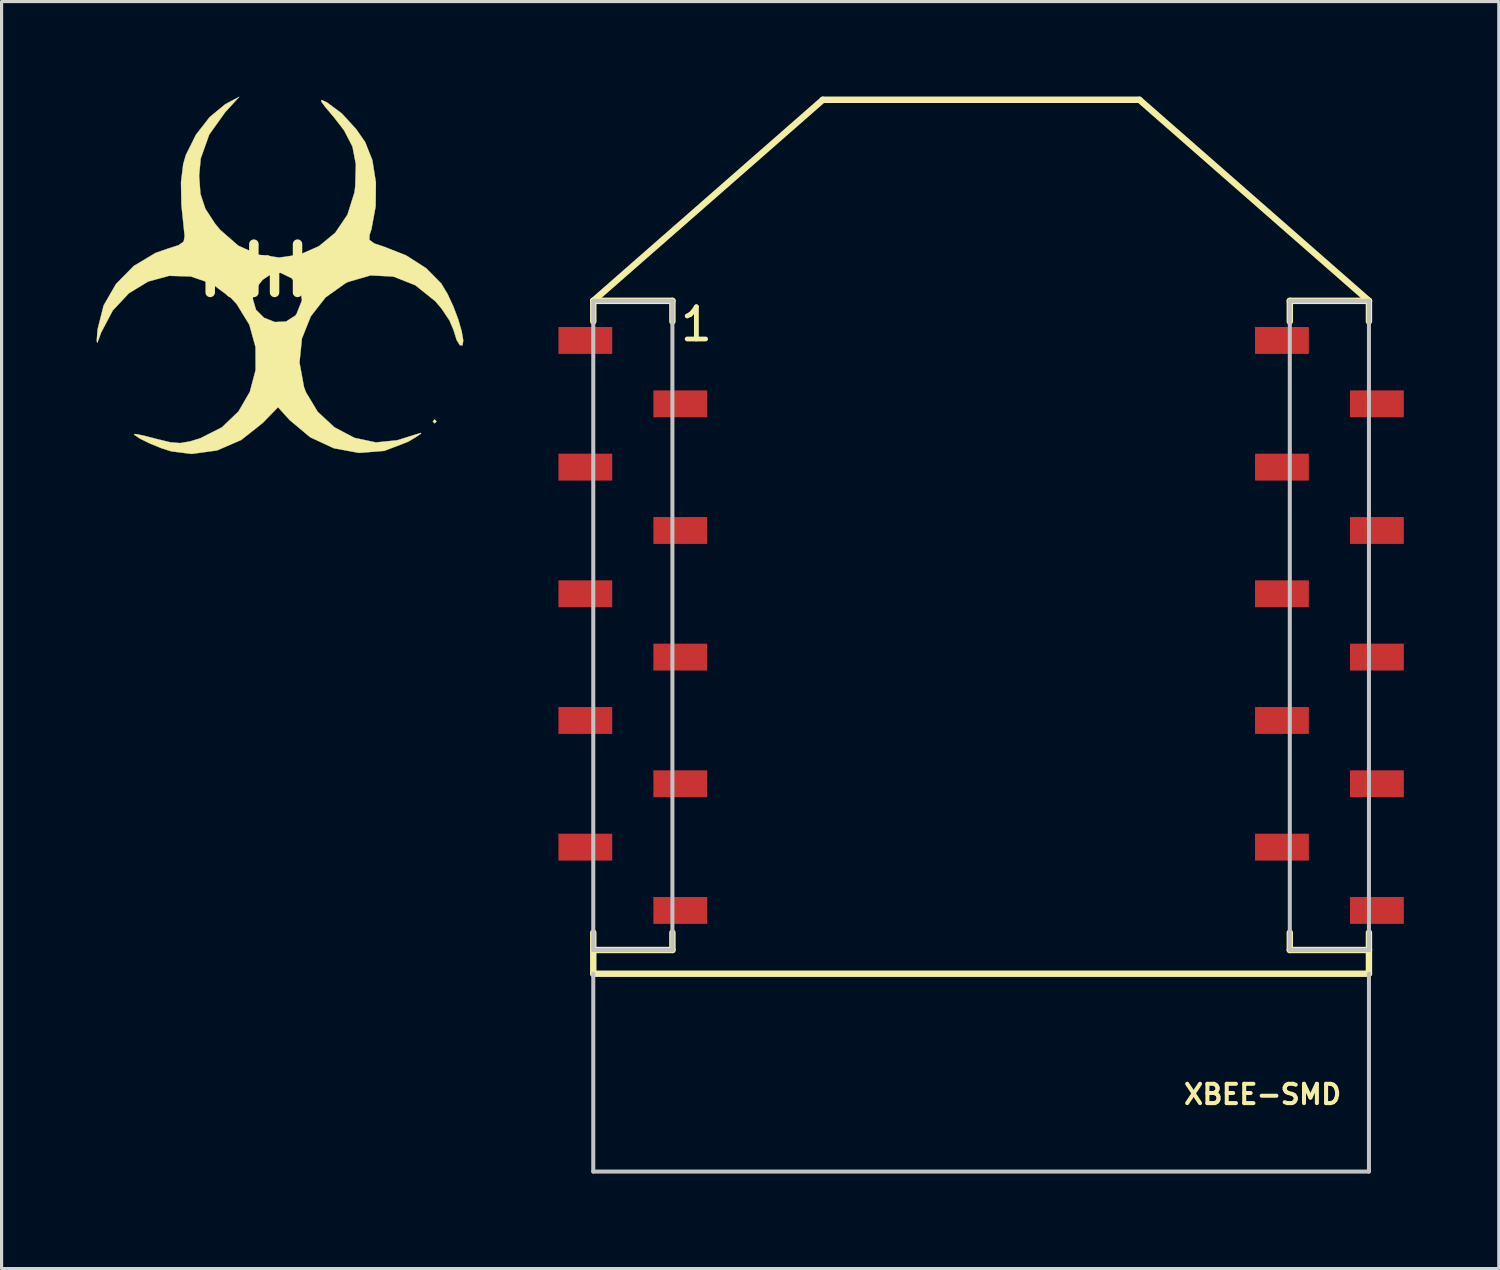
<source format=kicad_pcb>
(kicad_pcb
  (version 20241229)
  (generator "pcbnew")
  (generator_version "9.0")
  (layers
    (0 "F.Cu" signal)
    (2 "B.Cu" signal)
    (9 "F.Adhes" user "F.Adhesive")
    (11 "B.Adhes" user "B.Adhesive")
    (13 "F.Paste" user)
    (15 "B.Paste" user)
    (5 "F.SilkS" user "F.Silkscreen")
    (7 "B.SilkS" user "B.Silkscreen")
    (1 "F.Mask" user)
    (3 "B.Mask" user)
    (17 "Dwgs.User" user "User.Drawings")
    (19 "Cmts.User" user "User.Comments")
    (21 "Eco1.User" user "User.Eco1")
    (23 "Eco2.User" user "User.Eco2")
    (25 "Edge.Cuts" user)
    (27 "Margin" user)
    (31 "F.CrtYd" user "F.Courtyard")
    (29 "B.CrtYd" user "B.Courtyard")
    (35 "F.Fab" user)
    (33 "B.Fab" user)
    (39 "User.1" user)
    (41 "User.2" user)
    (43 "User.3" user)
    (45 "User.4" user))
  (footprint "hhh"
    (layer "F.Cu")
    (at 5.294 5.495)
    (property "Reference" "hhh" (at 0 0 0) (layer "F.SilkS") (effects (font (size 1.524 1.524) (thickness 0.3))))
    (attr through_hole)
    (fp_poly (pts (xy 5.443 4.763) (xy 5.382 4.826) (xy 5.322 4.763) (xy 5.382 4.699) (xy 5.443 4.763)) (stroke (width 0.01) (type solid)) (fill yes) (layer "F.SilkS"))
    (fp_poly (pts (xy -1.234 -4.999) (xy -1.736 -4.296) (xy -2.005 -3.541) (xy -2.056 -2.997) (xy -2.014 -2.424) (xy -1.859 -1.953) (xy -1.555 -1.486) (xy -1.389 -1.284) (xy -0.822 -0.789) (xy -0.189 -0.502) (xy 0.473 -0.412) (xy 1.125 -0.505) (xy 1.727 -0.77) (xy 2.241 -1.193) (xy 2.628 -1.763) (xy 2.85 -2.466) (xy 2.875 -2.664) (xy 2.894 -3.36) (xy 2.787 -3.916) (xy 2.523 -4.427) (xy 2.208 -4.834) (xy 1.926 -5.169) (xy 1.798 -5.345) (xy 1.812 -5.388) (xy 1.956 -5.323) (xy 2 -5.299) (xy 2.451 -4.961) (xy 2.903 -4.468) (xy 3.188 -4.057) (xy 3.415 -3.489) (xy 3.527 -2.783) (xy 3.519 -2.028) (xy 3.387 -1.31) (xy 3.325 -1.119) (xy 3.323 -0.969) (xy 3.479 -0.855) (xy 3.77 -0.759) (xy 4.483 -0.479) (xy 5.115 -0.074) (xy 5.586 0.404) (xy 5.592 0.411) (xy 5.789 0.737) (xy 5.973 1.132) (xy 6.128 1.543) (xy 6.237 1.921) (xy 6.286 2.211) (xy 6.259 2.364) (xy 6.178 2.356) (xy 6.076 2.191) (xy 5.985 1.894) (xy 5.983 1.886) (xy 5.851 1.575) (xy 5.6 1.2) (xy 5.399 0.964) (xy 4.771 0.462) (xy 4.08 0.189) (xy 3.361 0.152) (xy 2.647 0.359) (xy 2.578 0.392) (xy 1.939 0.845) (xy 1.471 1.444) (xy 1.191 2.145) (xy 1.114 2.904) (xy 1.256 3.676) (xy 1.318 3.843) (xy 1.69 4.461) (xy 2.219 4.95) (xy 2.849 5.282) (xy 3.528 5.427) (xy 4.198 5.359) (xy 4.246 5.345) (xy 4.605 5.232) (xy 4.889 5.143) (xy 4.941 5.127) (xy 4.955 5.147) (xy 4.791 5.258) (xy 4.536 5.409) (xy 3.791 5.694) (xy 2.995 5.758) (xy 2.198 5.611) (xy 1.451 5.263) (xy 0.804 4.722) (xy 0.792 4.709) (xy 0.436 4.315) (xy -0.054 4.818) (xy -0.727 5.35) (xy -1.49 5.68) (xy -2.292 5.79) (xy -2.937 5.708) (xy -3.263 5.603) (xy -3.614 5.459) (xy -3.916 5.311) (xy -4.093 5.193) (xy -4.112 5.161) (xy -4.006 5.17) (xy -3.73 5.231) (xy -3.396 5.318) (xy -2.969 5.422) (xy -2.656 5.448) (xy -2.339 5.394) (xy -2.015 5.294) (xy -1.336 4.95) (xy -0.812 4.448) (xy -0.454 3.83) (xy -0.272 3.139) (xy -0.274 2.418) (xy -0.469 1.711) (xy -0.868 1.06) (xy -1.03 0.883) (xy -0.363 0.883) (xy -0.261 1.236) (xy -0.004 1.492) (xy 0.337 1.625) (xy 0.689 1.61) (xy 0.981 1.422) (xy 1.021 1.369) (xy 1.192 0.942) (xy 1.136 0.553) (xy 0.865 0.24) (xy 0.516 0.071) (xy 0.238 0.098) (xy -0.052 0.292) (xy -0.278 0.583) (xy -0.363 0.883) (xy -1.03 0.883) (xy -1.047 0.864) (xy -1.656 0.413) (xy -2.321 0.185) (xy -3.004 0.166) (xy -3.668 0.347) (xy -4.273 0.716) (xy -4.782 1.259) (xy -5.156 1.968) (xy -5.212 2.129) (xy -5.271 2.283) (xy -5.289 2.223) (xy -5.269 1.932) (xy -5.261 1.855) (xy -5.072 1.102) (xy -4.679 0.421) (xy -4.12 -0.146) (xy -3.431 -0.558) (xy -3.044 -0.693) (xy -2.703 -0.802) (xy -2.544 -0.916) (xy -2.513 -1.085) (xy -2.52 -1.154) (xy -2.615 -2.072) (xy -2.628 -2.794) (xy -2.558 -3.362) (xy -2.476 -3.648) (xy -2.158 -4.287) (xy -1.721 -4.849) (xy -1.232 -5.252) (xy -1.161 -5.291) (xy -0.786 -5.49) (xy -1.234 -4.999)) (stroke (width 0.01) (type solid)) (fill yes) (layer "F.SilkS")))
  (footprint "XBEE-SMD"
    (layer "F.Cu")
    (at 27.934 27.701)
    (property "Reference" "XBEE-SMD" (at 8.89 3.81 0) (layer "F.SilkS") (effects (font (size 0.61 0.61) (thickness 0.127))))
    (attr smd)
    (fp_line (start -12.248 -21.25) (end -12.248 -20.599) (stroke (width 0.203) (type solid)) (layer "F.SilkS"))
    (fp_line (start -12.248 -21.25) (end -4.999 -27.6) (stroke (width 0.203) (type solid)) (layer "F.SilkS"))
    (fp_line (start -12.248 -1.298) (end -12.248 -0.749) (stroke (width 0.203) (type solid)) (layer "F.SilkS"))
    (fp_line (start -12.248 -0.749) (end -12.248 0) (stroke (width 0.203) (type solid)) (layer "F.SilkS"))
    (fp_line (start -12.248 -0.749) (end -9.749 -0.749) (stroke (width 0.203) (type solid)) (layer "F.SilkS"))
    (fp_line (start -12.248 0) (end 12.248 0) (stroke (width 0.203) (type solid)) (layer "F.SilkS"))
    (fp_line (start -9.749 -21.25) (end -12.248 -21.25) (stroke (width 0.203) (type solid)) (layer "F.SilkS"))
    (fp_line (start -9.749 -20.599) (end -9.749 -21.25) (stroke (width 0.203) (type solid)) (layer "F.SilkS"))
    (fp_line (start -9.749 -0.749) (end -9.749 -1.298) (stroke (width 0.203) (type solid)) (layer "F.SilkS"))
    (fp_line (start -4.999 -27.6) (end 4.999 -27.6) (stroke (width 0.203) (type solid)) (layer "F.SilkS"))
    (fp_line (start 9.749 -21.25) (end 9.749 -20.599) (stroke (width 0.203) (type solid)) (layer "F.SilkS"))
    (fp_line (start 9.749 -0.749) (end 9.749 -1.298) (stroke (width 0.203) (type solid)) (layer "F.SilkS"))
    (fp_line (start 9.749 -0.749) (end 12.248 -0.749) (stroke (width 0.203) (type solid)) (layer "F.SilkS"))
    (fp_line (start 12.248 -21.25) (end 4.999 -27.6) (stroke (width 0.203) (type solid)) (layer "F.SilkS"))
    (fp_line (start 12.248 -21.25) (end 9.749 -21.25) (stroke (width 0.203) (type solid)) (layer "F.SilkS"))
    (fp_line (start 12.248 -20.599) (end 12.248 -21.25) (stroke (width 0.203) (type solid)) (layer "F.SilkS"))
    (fp_line (start 12.248 -0.749) (end 12.248 -1.298) (stroke (width 0.203) (type solid)) (layer "F.SilkS"))
    (fp_line (start 12.248 -0.749) (end 12.248 0) (stroke (width 0.203) (type solid)) (layer "F.SilkS"))
    (fp_line (start -12.248 -21.25) (end -9.749 -21.25) (stroke (width 0.127) (type solid)) (layer "Dwgs.User"))
    (fp_line (start -12.248 -0.749) (end -12.248 -21.25) (stroke (width 0.127) (type solid)) (layer "Dwgs.User"))
    (fp_line (start -12.248 -0.749) (end -9.749 -0.749) (stroke (width 0.127) (type solid)) (layer "Dwgs.User"))
    (fp_line (start -12.248 0) (end -12.248 6.248) (stroke (width 0.127) (type solid)) (layer "Dwgs.User"))
    (fp_line (start -12.248 6.248) (end 12.248 6.248) (stroke (width 0.127) (type solid)) (layer "Dwgs.User"))
    (fp_line (start -9.749 -21.25) (end -9.749 -0.749) (stroke (width 0.127) (type solid)) (layer "Dwgs.User"))
    (fp_line (start 9.749 -21.25) (end 12.248 -21.25) (stroke (width 0.127) (type solid)) (layer "Dwgs.User"))
    (fp_line (start 9.749 -0.749) (end 9.749 -21.25) (stroke (width 0.127) (type solid)) (layer "Dwgs.User"))
    (fp_line (start 9.749 -0.749) (end 12.248 -0.749) (stroke (width 0.127) (type solid)) (layer "Dwgs.User"))
    (fp_line (start 12.248 -21.25) (end 12.248 -0.749) (stroke (width 0.127) (type solid)) (layer "Dwgs.User"))
    (fp_line (start 12.248 0) (end 12.248 6.248) (stroke (width 0.127) (type solid)) (layer "Dwgs.User"))
    (fp_text user "1" (at -8.992 -20.508 0) (layer "F.SilkS") (effects (font (size 1.016 1.016) (thickness 0.152))))
    (pad "1" smd rect (at -12.499 -20 90) (size 0.848 1.699) (layers "F.Cu" "F.Mask" "F.Paste"))
    (pad "2" smd rect (at -9.5 -17.998 90) (size 0.848 1.699) (layers "F.Cu" "F.Mask" "F.Paste"))
    (pad "3" smd rect (at -12.499 -15.999 90) (size 0.848 1.699) (layers "F.Cu" "F.Mask" "F.Paste"))
    (pad "4" smd rect (at -9.5 -13.998 90) (size 0.848 1.699) (layers "F.Cu" "F.Mask" "F.Paste"))
    (pad "5" smd rect (at -12.499 -11.999 90) (size 0.848 1.699) (layers "F.Cu" "F.Mask" "F.Paste"))
    (pad "6" smd rect (at -9.5 -10 90) (size 0.848 1.699) (layers "F.Cu" "F.Mask" "F.Paste"))
    (pad "7" smd rect (at -12.499 -7.998 90) (size 0.848 1.699) (layers "F.Cu" "F.Mask" "F.Paste"))
    (pad "8" smd rect (at -9.5 -5.999 90) (size 0.848 1.699) (layers "F.Cu" "F.Mask" "F.Paste"))
    (pad "9" smd rect (at -12.499 -3.998 90) (size 0.848 1.699) (layers "F.Cu" "F.Mask" "F.Paste"))
    (pad "10" smd rect (at -9.5 -1.999 90) (size 0.848 1.699) (layers "F.Cu" "F.Mask" "F.Paste"))
    (pad "11" smd rect (at 12.499 -1.999 90) (size 0.848 1.699) (layers "F.Cu" "F.Mask" "F.Paste"))
    (pad "12" smd rect (at 9.5 -3.998 90) (size 0.848 1.699) (layers "F.Cu" "F.Mask" "F.Paste"))
    (pad "13" smd rect (at 12.499 -5.999 90) (size 0.848 1.699) (layers "F.Cu" "F.Mask" "F.Paste"))
    (pad "14" smd rect (at 9.5 -7.998 90) (size 0.848 1.699) (layers "F.Cu" "F.Mask" "F.Paste"))
    (pad "15" smd rect (at 12.499 -10 90) (size 0.848 1.699) (layers "F.Cu" "F.Mask" "F.Paste"))
    (pad "16" smd rect (at 9.5 -11.999 90) (size 0.848 1.699) (layers "F.Cu" "F.Mask" "F.Paste"))
    (pad "17" smd rect (at 12.499 -13.998 90) (size 0.848 1.699) (layers "F.Cu" "F.Mask" "F.Paste"))
    (pad "18" smd rect (at 9.5 -15.999 90) (size 0.848 1.699) (layers "F.Cu" "F.Mask" "F.Paste"))
    (pad "19" smd rect (at 12.499 -17.998 90) (size 0.848 1.699) (layers "F.Cu" "F.Mask" "F.Paste"))
    (pad "20" smd rect (at 9.5 -20 90) (size 0.848 1.699) (layers "F.Cu" "F.Mask" "F.Paste")))
  (gr_rect
    (start -3 -3)
    (end 44.283 37.013)
    (stroke (width 0.1) (type default))
    (fill no)
    (layer "Edge.Cuts")))
</source>
